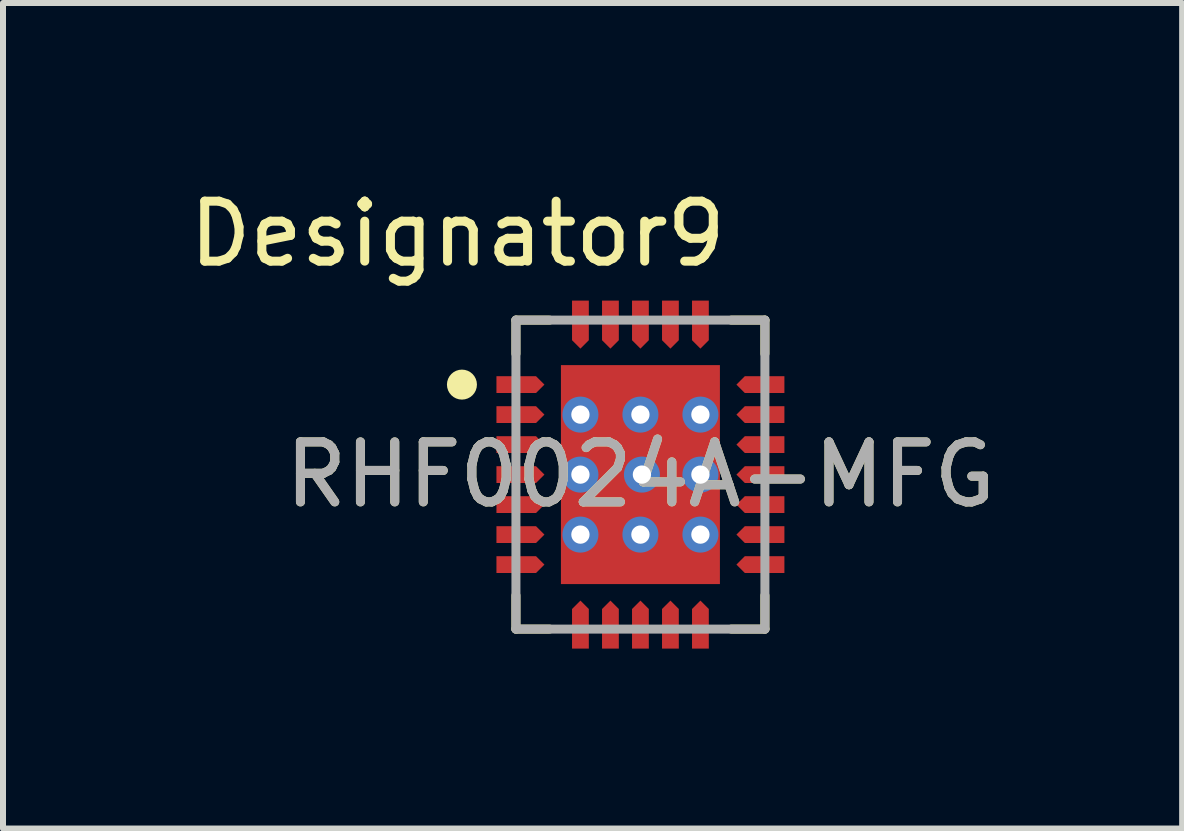
<source format=kicad_pcb>
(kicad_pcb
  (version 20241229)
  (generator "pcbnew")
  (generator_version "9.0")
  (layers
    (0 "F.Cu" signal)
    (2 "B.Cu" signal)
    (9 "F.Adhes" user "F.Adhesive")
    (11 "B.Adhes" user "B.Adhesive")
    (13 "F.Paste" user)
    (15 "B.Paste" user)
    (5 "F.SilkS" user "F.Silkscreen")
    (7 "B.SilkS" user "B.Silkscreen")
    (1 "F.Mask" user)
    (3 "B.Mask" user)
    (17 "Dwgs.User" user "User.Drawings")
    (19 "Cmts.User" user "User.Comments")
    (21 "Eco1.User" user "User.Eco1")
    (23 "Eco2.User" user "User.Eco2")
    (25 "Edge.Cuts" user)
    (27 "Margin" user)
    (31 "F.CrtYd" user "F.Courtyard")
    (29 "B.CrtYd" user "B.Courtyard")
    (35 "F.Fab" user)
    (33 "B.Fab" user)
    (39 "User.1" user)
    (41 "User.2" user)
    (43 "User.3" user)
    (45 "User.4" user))
  (footprint "RHF0024A-MFG"
    (layer "F.Cu")
    (at 7.625 4.861)
    (property "Reference" "RHF0024A-MFG" (at 0 0 0) (unlocked yes) (layer "F.SilkS") (effects (font (size 1 1) (thickness 0.15))))
    (attr smd)
    (fp_line (start -2.075 -2.575) (end -1.515 -2.575) (stroke (width 0.15) (type solid)) (layer "F.SilkS"))
    (fp_line (start -2.075 -2.015) (end -2.075 -2.575) (stroke (width 0.15) (type solid)) (layer "F.SilkS"))
    (fp_line (start -2.075 2.575) (end -2.075 2.015) (stroke (width 0.15) (type solid)) (layer "F.SilkS"))
    (fp_line (start -2.075 2.575) (end -1.515 2.575) (stroke (width 0.15) (type solid)) (layer "F.SilkS"))
    (fp_line (start 1.515 -2.575) (end 2.075 -2.575) (stroke (width 0.15) (type solid)) (layer "F.SilkS"))
    (fp_line (start 1.515 2.575) (end 2.075 2.575) (stroke (width 0.15) (type solid)) (layer "F.SilkS"))
    (fp_line (start 2.075 -2.015) (end 2.075 -2.575) (stroke (width 0.15) (type solid)) (layer "F.SilkS"))
    (fp_line (start 2.075 2.575) (end 2.075 2.015) (stroke (width 0.15) (type solid)) (layer "F.SilkS"))
    (fp_circle (center -2.975 -1.5) (end -2.85 -1.5) (stroke (width 0.25) (type solid)) (fill no) (layer "F.SilkS"))
    (fp_poly (pts (xy -2.375 -1.615) (xy -1.74 -1.615) (xy -1.625 -1.5) (xy -1.74 -1.385) (xy -2.375 -1.385)) (stroke (width 0) (type solid)) (fill yes) (layer "F.Paste"))
    (fp_poly (pts (xy -2.375 -1.115) (xy -1.74 -1.115) (xy -1.625 -1) (xy -1.74 -0.885) (xy -2.375 -0.885)) (stroke (width 0) (type solid)) (fill yes) (layer "F.Paste"))
    (fp_poly (pts (xy -2.375 -0.615) (xy -1.74 -0.615) (xy -1.625 -0.5) (xy -1.74 -0.385) (xy -2.375 -0.385)) (stroke (width 0) (type solid)) (fill yes) (layer "F.Paste"))
    (fp_poly (pts (xy -2.375 -0.115) (xy -1.74 -0.115) (xy -1.625 0) (xy -1.74 0.115) (xy -2.375 0.115)) (stroke (width 0) (type solid)) (fill yes) (layer "F.Paste"))
    (fp_poly (pts (xy -2.375 0.385) (xy -1.74 0.385) (xy -1.625 0.5) (xy -1.74 0.615) (xy -2.375 0.615)) (stroke (width 0) (type solid)) (fill yes) (layer "F.Paste"))
    (fp_poly (pts (xy -2.375 0.885) (xy -1.74 0.885) (xy -1.625 1) (xy -1.74 1.115) (xy -2.375 1.115)) (stroke (width 0) (type solid)) (fill yes) (layer "F.Paste"))
    (fp_poly (pts (xy -2.375 1.385) (xy -1.74 1.385) (xy -1.625 1.5) (xy -1.74 1.615) (xy -2.375 1.615)) (stroke (width 0) (type solid)) (fill yes) (layer "F.Paste"))
    (fp_poly (pts (xy -1.115 2.875) (xy -1.115 2.24) (xy -1 2.125) (xy -0.885 2.24) (xy -0.885 2.875)) (stroke (width 0) (type solid)) (fill yes) (layer "F.Paste"))
    (fp_poly (pts (xy -0.885 -2.875) (xy -0.885 -2.24) (xy -1 -2.125) (xy -1.115 -2.24) (xy -1.115 -2.875)) (stroke (width 0) (type solid)) (fill yes) (layer "F.Paste"))
    (fp_poly (pts (xy -0.615 2.875) (xy -0.615 2.24) (xy -0.5 2.125) (xy -0.385 2.24) (xy -0.385 2.875)) (stroke (width 0) (type solid)) (fill yes) (layer "F.Paste"))
    (fp_poly (pts (xy -0.385 -2.875) (xy -0.385 -2.24) (xy -0.5 -2.125) (xy -0.615 -2.24) (xy -0.615 -2.875)) (stroke (width 0) (type solid)) (fill yes) (layer "F.Paste"))
    (fp_poly (pts (xy -0.115 2.875) (xy -0.115 2.24) (xy 0 2.125) (xy 0.115 2.24) (xy 0.115 2.875)) (stroke (width 0) (type solid)) (fill yes) (layer "F.Paste"))
    (fp_poly (pts (xy 0.115 -2.875) (xy 0.115 -2.24) (xy 0 -2.125) (xy -0.115 -2.24) (xy -0.115 -2.875)) (stroke (width 0) (type solid)) (fill yes) (layer "F.Paste"))
    (fp_poly (pts (xy 0.385 2.875) (xy 0.385 2.24) (xy 0.5 2.125) (xy 0.615 2.24) (xy 0.615 2.875)) (stroke (width 0) (type solid)) (fill yes) (layer "F.Paste"))
    (fp_poly (pts (xy 0.615 -2.875) (xy 0.615 -2.24) (xy 0.5 -2.125) (xy 0.385 -2.24) (xy 0.385 -2.875)) (stroke (width 0) (type solid)) (fill yes) (layer "F.Paste"))
    (fp_poly (pts (xy 0.885 2.875) (xy 0.885 2.24) (xy 1 2.125) (xy 1.115 2.24) (xy 1.115 2.875)) (stroke (width 0) (type solid)) (fill yes) (layer "F.Paste"))
    (fp_poly (pts (xy 1.115 -2.875) (xy 1.115 -2.24) (xy 1 -2.125) (xy 0.885 -2.24) (xy 0.885 -2.875)) (stroke (width 0) (type solid)) (fill yes) (layer "F.Paste"))
    (fp_poly (pts (xy 2.375 -1.385) (xy 1.74 -1.385) (xy 1.625 -1.5) (xy 1.74 -1.615) (xy 2.375 -1.615)) (stroke (width 0) (type solid)) (fill yes) (layer "F.Paste"))
    (fp_poly (pts (xy 2.375 -0.885) (xy 1.74 -0.885) (xy 1.625 -1) (xy 1.74 -1.115) (xy 2.375 -1.115)) (stroke (width 0) (type solid)) (fill yes) (layer "F.Paste"))
    (fp_poly (pts (xy 2.375 -0.385) (xy 1.74 -0.385) (xy 1.625 -0.5) (xy 1.74 -0.615) (xy 2.375 -0.615)) (stroke (width 0) (type solid)) (fill yes) (layer "F.Paste"))
    (fp_poly (pts (xy 2.375 0.115) (xy 1.74 0.115) (xy 1.625 0) (xy 1.74 -0.115) (xy 2.375 -0.115)) (stroke (width 0) (type solid)) (fill yes) (layer "F.Paste"))
    (fp_poly (pts (xy 2.375 0.615) (xy 1.74 0.615) (xy 1.625 0.5) (xy 1.74 0.385) (xy 2.375 0.385)) (stroke (width 0) (type solid)) (fill yes) (layer "F.Paste"))
    (fp_poly (pts (xy 2.375 1.115) (xy 1.74 1.115) (xy 1.625 1) (xy 1.74 0.885) (xy 2.375 0.885)) (stroke (width 0) (type solid)) (fill yes) (layer "F.Paste"))
    (fp_poly (pts (xy 2.375 1.615) (xy 1.74 1.615) (xy 1.625 1.5) (xy 1.74 1.385) (xy 2.375 1.385)) (stroke (width 0) (type solid)) (fill yes) (layer "F.Paste"))
    (fp_poly (pts (xy -0.2 -1.55) (xy -0.15 -1.5) (xy -0.15 -0.2) (xy -0.2 -0.15) (xy -1.2 -0.15) (xy -1.25 -0.2) (xy -1.25 -1.5) (xy -1.2 -1.55)) (stroke (width 0) (type solid)) (fill yes) (layer "F.Paste"))
    (fp_poly (pts (xy -0.2 1.55) (xy -1.2 1.55) (xy -1.25 1.5) (xy -1.25 0.2) (xy -1.2 0.15) (xy -0.2 0.15) (xy -0.15 0.2) (xy -0.15 1.5)) (stroke (width 0) (type solid)) (fill yes) (layer "F.Paste"))
    (fp_poly (pts (xy 1.2 -1.55) (xy 1.25 -1.5) (xy 1.25 -0.2) (xy 1.2 -0.15) (xy 0.2 -0.15) (xy 0.15 -0.2) (xy 0.15 -1.5) (xy 0.2 -1.55)) (stroke (width 0) (type solid)) (fill yes) (layer "F.Paste"))
    (fp_poly (pts (xy 1.2 1.55) (xy 0.2 1.55) (xy 0.15 1.5) (xy 0.15 0.2) (xy 0.2 0.15) (xy 1.2 0.15) (xy 1.25 0.2) (xy 1.25 1.5)) (stroke (width 0) (type solid)) (fill yes) (layer "F.Paste"))
    (fp_line (start -2.075 -2.575) (end 2.075 -2.575) (stroke (width 0.15) (type solid)) (layer "F.Fab"))
    (fp_line (start -2.075 2.575) (end -2.075 -2.575) (stroke (width 0.15) (type solid)) (layer "F.Fab"))
    (fp_line (start -2.075 2.575) (end 2.075 2.575) (stroke (width 0.15) (type solid)) (layer "F.Fab"))
    (fp_line (start 2.075 2.575) (end 2.075 -2.575) (stroke (width 0.15) (type solid)) (layer "F.Fab"))
    (fp_text user "Designator9" (at -3.048 -4.013 0) (unlocked yes) (layer "F.SilkS") (effects (font (size 1 1) (thickness 0.15))))
    (fp_text user "${REFERENCE}" (at 0 0 0) (unlocked yes) (layer "F.Fab") (effects (font (size 1 1) (thickness 0.15))))
    (pad "1" smd custom (at -2 -1.5) (size 0.252 0.252) (layers "F.Cu" "F.Mask") (options (anchor circle)) (primitives (gr_poly (pts (xy -0.4 -0.14) (xy 0.26 -0.14) (xy 0.4 0) (xy 0.26 0.14) (xy -0.4 0.14)) (width 0) (fill yes))))
    (pad "2" smd custom (at -2 -1) (size 0.252 0.252) (layers "F.Cu" "F.Mask") (options (anchor circle)) (primitives (gr_poly (pts (xy -0.4 -0.14) (xy 0.26 -0.14) (xy 0.4 0) (xy 0.26 0.14) (xy -0.4 0.14)) (width 0) (fill yes))))
    (pad "3" smd custom (at -2 -0.5) (size 0.252 0.252) (layers "F.Cu" "F.Mask") (options (anchor circle)) (primitives (gr_poly (pts (xy -0.4 -0.14) (xy 0.26 -0.14) (xy 0.4 0) (xy 0.26 0.14) (xy -0.4 0.14)) (width 0) (fill yes))))
    (pad "4" smd custom (at -2.26 0) (size 0.252 0.252) (layers "F.Cu" "F.Mask") (options (anchor circle)) (primitives (gr_poly (pts (xy -0.14 -0.14) (xy 0.52 -0.14) (xy 0.66 0) (xy 0.52 0.14) (xy -0.14 0.14)) (width 0) (fill yes))))
    (pad "5" smd custom (at -2.26 0.5) (size 0.252 0.252) (layers "F.Cu" "F.Mask") (options (anchor circle)) (primitives (gr_poly (pts (xy -0.14 -0.14) (xy 0.52 -0.14) (xy 0.66 0) (xy 0.52 0.14) (xy -0.14 0.14)) (width 0) (fill yes))))
    (pad "6" smd custom (at -2.26 1) (size 0.252 0.252) (layers "F.Cu" "F.Mask") (options (anchor circle)) (primitives (gr_poly (pts (xy -0.14 -0.14) (xy 0.52 -0.14) (xy 0.66 0) (xy 0.52 0.14) (xy -0.14 0.14)) (width 0) (fill yes))))
    (pad "7" smd custom (at -2.26 1.5) (size 0.252 0.252) (layers "F.Cu" "F.Mask") (options (anchor circle)) (primitives (gr_poly (pts (xy -0.14 -0.14) (xy 0.52 -0.14) (xy 0.66 0) (xy 0.52 0.14) (xy -0.14 0.14)) (width 0) (fill yes))))
    (pad "8" smd custom (at -1 2.5) (size 0.252 0.252) (layers "F.Cu" "F.Mask") (options (anchor circle)) (primitives (gr_poly (pts (xy -0.14 0.4) (xy -0.14 -0.26) (xy 0 -0.4) (xy 0.14 -0.26) (xy 0.14 0.4)) (width 0) (fill yes))))
    (pad "9" smd custom (at -0.5 2.514) (size 0.252 0.252) (layers "F.Cu" "F.Mask") (options (anchor circle)) (primitives (gr_poly (pts (xy -0.14 0.386) (xy -0.14 -0.274) (xy 0 -0.414) (xy 0.14 -0.274) (xy 0.14 0.386)) (width 0) (fill yes))))
    (pad "10" smd custom (at 0 2.76) (size 0.252 0.252) (layers "F.Cu" "F.Mask") (options (anchor circle)) (primitives (gr_poly (pts (xy -0.14 0.14) (xy -0.14 -0.52) (xy 0 -0.66) (xy 0.14 -0.52) (xy 0.14 0.14)) (width 0) (fill yes))))
    (pad "11" smd custom (at 0.5 2.5) (size 0.252 0.252) (layers "F.Cu" "F.Mask") (options (anchor circle)) (primitives (gr_poly (pts (xy -0.14 0.4) (xy -0.14 -0.26) (xy 0 -0.4) (xy 0.14 -0.26) (xy 0.14 0.4)) (width 0) (fill yes))))
    (pad "12" smd custom (at 1 2.5) (size 0.252 0.252) (layers "F.Cu" "F.Mask") (options (anchor circle)) (primitives (gr_poly (pts (xy -0.14 0.4) (xy -0.14 -0.26) (xy 0 -0.4) (xy 0.14 -0.26) (xy 0.14 0.4)) (width 0) (fill yes))))
    (pad "13" smd custom (at 2 1.5) (size 0.252 0.252) (layers "F.Cu" "F.Mask") (options (anchor circle)) (primitives (gr_poly (pts (xy 0.4 0.14) (xy -0.26 0.14) (xy -0.4 0) (xy -0.26 -0.14) (xy 0.4 -0.14)) (width 0) (fill yes))))
    (pad "14" smd custom (at 2 1) (size 0.252 0.252) (layers "F.Cu" "F.Mask") (options (anchor circle)) (primitives (gr_poly (pts (xy 0.4 0.14) (xy -0.26 0.14) (xy -0.4 0) (xy -0.26 -0.14) (xy 0.4 -0.14)) (width 0) (fill yes))))
    (pad "15" smd custom (at 2 0.5) (size 0.252 0.252) (layers "F.Cu" "F.Mask") (options (anchor circle)) (primitives (gr_poly (pts (xy 0.4 0.14) (xy -0.26 0.14) (xy -0.4 0) (xy -0.26 -0.14) (xy 0.4 -0.14)) (width 0) (fill yes))))
    (pad "16" smd custom (at 2.014 0) (size 0.252 0.252) (layers "F.Cu" "F.Mask") (options (anchor circle)) (primitives (gr_poly (pts (xy 0.386 0.14) (xy -0.274 0.14) (xy -0.414 0) (xy -0.274 -0.14) (xy 0.386 -0.14)) (width 0) (fill yes))))
    (pad "17" smd custom (at 2.014 -0.5) (size 0.252 0.252) (layers "F.Cu" "F.Mask") (options (anchor circle)) (primitives (gr_poly (pts (xy 0.386 0.14) (xy -0.274 0.14) (xy -0.414 0) (xy -0.274 -0.14) (xy 0.386 -0.14)) (width 0) (fill yes))))
    (pad "18" smd custom (at 2.014 -1) (size 0.252 0.252) (layers "F.Cu" "F.Mask") (options (anchor circle)) (primitives (gr_poly (pts (xy 0.386 0.14) (xy -0.274 0.14) (xy -0.414 0) (xy -0.274 -0.14) (xy 0.386 -0.14)) (width 0) (fill yes))))
    (pad "19" smd custom (at 2.014 -1.5) (size 0.252 0.252) (layers "F.Cu" "F.Mask") (options (anchor circle)) (primitives (gr_poly (pts (xy 0.386 0.14) (xy -0.274 0.14) (xy -0.414 0) (xy -0.274 -0.14) (xy 0.386 -0.14)) (width 0) (fill yes))))
    (pad "20" smd custom (at 1 -2.5) (size 0.252 0.252) (layers "F.Cu" "F.Mask") (options (anchor circle)) (primitives (gr_poly (pts (xy 0.14 -0.4) (xy 0.14 0.26) (xy 0 0.4) (xy -0.14 0.26) (xy -0.14 -0.4)) (width 0) (fill yes))))
    (pad "21" smd custom (at 0.5 -2.514) (size 0.252 0.252) (layers "F.Cu" "F.Mask") (options (anchor circle)) (primitives (gr_poly (pts (xy 0.14 -0.386) (xy 0.14 0.274) (xy 0 0.414) (xy -0.14 0.274) (xy -0.14 -0.386)) (width 0) (fill yes))))
    (pad "22" smd custom (at 0 -2.514) (size 0.252 0.252) (layers "F.Cu" "F.Mask") (options (anchor circle)) (primitives (gr_poly (pts (xy 0.14 -0.386) (xy 0.14 0.274) (xy 0 0.414) (xy -0.14 0.274) (xy -0.14 -0.386)) (width 0) (fill yes))))
    (pad "23" smd custom (at -0.5 -2.5) (size 0.252 0.252) (layers "F.Cu" "F.Mask") (options (anchor circle)) (primitives (gr_poly (pts (xy 0.14 -0.4) (xy 0.14 0.26) (xy 0 0.4) (xy -0.14 0.26) (xy -0.14 -0.4)) (width 0) (fill yes))))
    (pad "24" smd custom (at -1 -2.5) (size 0.252 0.252) (layers "F.Cu" "F.Mask") (options (anchor circle)) (primitives (gr_poly (pts (xy 0.14 -0.4) (xy 0.14 0.26) (xy 0 0.4) (xy -0.14 0.26) (xy -0.14 -0.4)) (width 0) (fill yes))))
    (pad "25" smd rect (at 0 0) (size 2.65 3.65) (layers "F.Cu" "F.Mask"))
    (pad "26" thru_hole circle (at 1 1) (size 0.6 0.6) (drill 0.305) (layers "*.Cu" "*.Mask"))
    (pad "27" thru_hole circle (at 0 1) (size 0.6 0.6) (drill 0.305) (layers "*.Cu" "*.Mask"))
    (pad "28" thru_hole circle (at -1 1) (size 0.6 0.6) (drill 0.305) (layers "*.Cu" "*.Mask"))
    (pad "29" thru_hole circle (at 1 0) (size 0.6 0.6) (drill 0.305) (layers "*.Cu" "*.Mask"))
    (pad "30" thru_hole circle (at 0.025 0) (size 0.6 0.6) (drill 0.305) (layers "*.Cu" "*.Mask"))
    (pad "31" thru_hole circle (at -1 0) (size 0.6 0.6) (drill 0.305) (layers "*.Cu" "*.Mask"))
    (pad "32" thru_hole circle (at 1 -1) (size 0.6 0.6) (drill 0.305) (layers "*.Cu" "*.Mask"))
    (pad "33" thru_hole circle (at 0 -1) (size 0.6 0.6) (drill 0.305) (layers "*.Cu" "*.Mask"))
    (pad "34" thru_hole circle (at -1 -1) (size 0.6 0.6) (drill 0.305) (layers "*.Cu" "*.Mask")))
  (gr_rect
    (start -3 -3)
    (end 16.655 10.761)
    (stroke (width 0.1) (type default))
    (fill no)
    (layer "Edge.Cuts")))
</source>
